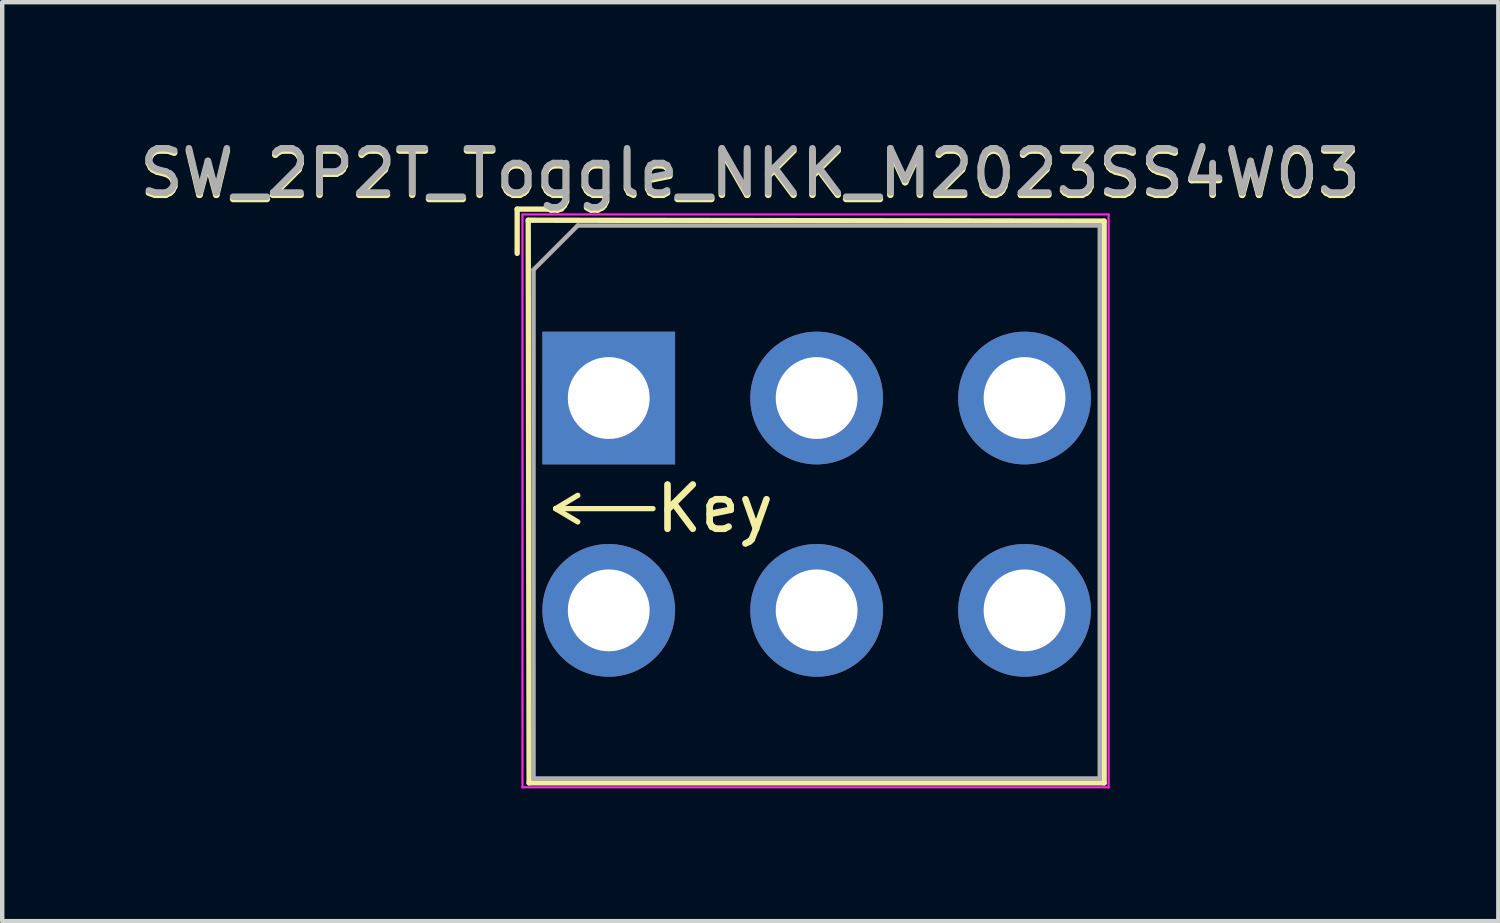
<source format=kicad_pcb>
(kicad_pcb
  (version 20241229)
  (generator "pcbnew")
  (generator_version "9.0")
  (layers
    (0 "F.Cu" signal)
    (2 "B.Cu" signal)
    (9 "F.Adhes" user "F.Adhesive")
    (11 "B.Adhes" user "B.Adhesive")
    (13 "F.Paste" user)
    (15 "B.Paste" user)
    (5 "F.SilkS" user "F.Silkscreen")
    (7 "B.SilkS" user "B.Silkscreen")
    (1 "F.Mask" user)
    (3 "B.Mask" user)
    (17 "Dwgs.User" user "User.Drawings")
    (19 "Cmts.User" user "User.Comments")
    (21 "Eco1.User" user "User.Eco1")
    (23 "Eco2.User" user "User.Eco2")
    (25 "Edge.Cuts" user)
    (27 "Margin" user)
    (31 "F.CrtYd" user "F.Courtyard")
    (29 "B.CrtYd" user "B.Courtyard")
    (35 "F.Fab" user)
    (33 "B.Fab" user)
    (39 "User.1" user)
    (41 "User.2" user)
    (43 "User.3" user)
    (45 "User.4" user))
  (footprint "SW_2P2T_Toggle_NKK_M2023SS4W03"
    (layer "F.Cu")
    (at 11.411 3.648)
    (property "Reference" "SW_2P2T_Toggle_NKK_M2023SS4W03" (at 2.5 -2.75 0) (layer "F.SilkS") (effects (font (size 1 1) (thickness 0.15))))
    (attr through_hole)
    (fp_line (start -2.77 -0.97) (end -2.77 -1.97) (stroke (width 0.12) (type solid)) (layer "F.SilkS"))
    (fp_line (start -2.5 11) (end -2.52 -1.72) (stroke (width 0.12) (type solid)) (layer "F.SilkS"))
    (fp_line (start -1.9 4.8) (end -1.4 4.5) (stroke (width 0.12) (type solid)) (layer "F.SilkS"))
    (fp_line (start -1.9 4.8) (end -1.4 5.1) (stroke (width 0.12) (type solid)) (layer "F.SilkS"))
    (fp_line (start -1.77 -1.97) (end -2.77 -1.97) (stroke (width 0.12) (type solid)) (layer "F.SilkS"))
    (fp_line (start 0.3 4.8) (end -1.9 4.8) (stroke (width 0.12) (type solid)) (layer "F.SilkS"))
    (fp_line (start 10.5 -1.7) (end -2.52 -1.72) (stroke (width 0.12) (type solid)) (layer "F.SilkS"))
    (fp_line (start 10.5 11) (end -2.5 11) (stroke (width 0.12) (type solid)) (layer "F.SilkS"))
    (fp_line (start 10.5 11) (end 10.5 -1.7) (stroke (width 0.12) (type solid)) (layer "F.SilkS"))
    (fp_line (start -2.65 -1.85) (end 10.6 -1.85) (stroke (width 0.05) (type solid)) (layer "F.CrtYd"))
    (fp_line (start -2.65 11.1) (end -2.65 -1.85) (stroke (width 0.05) (type solid)) (layer "F.CrtYd"))
    (fp_line (start -2.65 11.1) (end 10.6 11.1) (stroke (width 0.05) (type solid)) (layer "F.CrtYd"))
    (fp_line (start 10.6 -1.85) (end 10.6 11.1) (stroke (width 0.05) (type solid)) (layer "F.CrtYd"))
    (fp_line (start -2.4 -0.6) (end -1.4 -1.6) (stroke (width 0.1) (type solid)) (layer "F.Fab"))
    (fp_line (start -2.4 10.9) (end -2.4 -0.6) (stroke (width 0.1) (type solid)) (layer "F.Fab"))
    (fp_line (start -1.4 -1.6) (end 10.4 -1.6) (stroke (width 0.1) (type solid)) (layer "F.Fab"))
    (fp_line (start 10.4 -1.6) (end 10.4 10.9) (stroke (width 0.1) (type solid)) (layer "F.Fab"))
    (fp_line (start 10.4 10.9) (end -2.4 10.9) (stroke (width 0.1) (type solid)) (layer "F.Fab"))
    (fp_text user "Key" (at 1.7 4.8 0) (unlocked yes) (layer "F.SilkS") (effects (font (size 1 1) (thickness 0.15))))
    (fp_text user "${REFERENCE}" (at 2.5 -2.8 0) (layer "F.Fab") (effects (font (size 1 1) (thickness 0.15))))
    (pad "1" thru_hole rect (at -0.7 2.3) (size 3 3) (drill 1.85) (layers "*.Cu" "*.Mask"))
    (pad "2" thru_hole circle (at 4 2.3) (size 3 3) (drill 1.85) (layers "*.Cu" "*.Mask"))
    (pad "3" thru_hole circle (at 8.7 2.3) (size 3 3) (drill 1.85) (layers "*.Cu" "*.Mask"))
    (pad "4" thru_hole circle (at -0.7 7.1) (size 3 3) (drill 1.85) (layers "*.Cu" "*.Mask"))
    (pad "5" thru_hole circle (at 4 7.1) (size 3 3) (drill 1.85) (layers "*.Cu" "*.Mask"))
    (pad "6" thru_hole circle (at 8.7 7.1) (size 3 3) (drill 1.85) (layers "*.Cu" "*.Mask")))
  (gr_rect
    (start -3 -3)
    (end 30.821 17.773)
    (stroke (width 0.1) (type default))
    (fill no)
    (layer "Edge.Cuts")))
</source>
